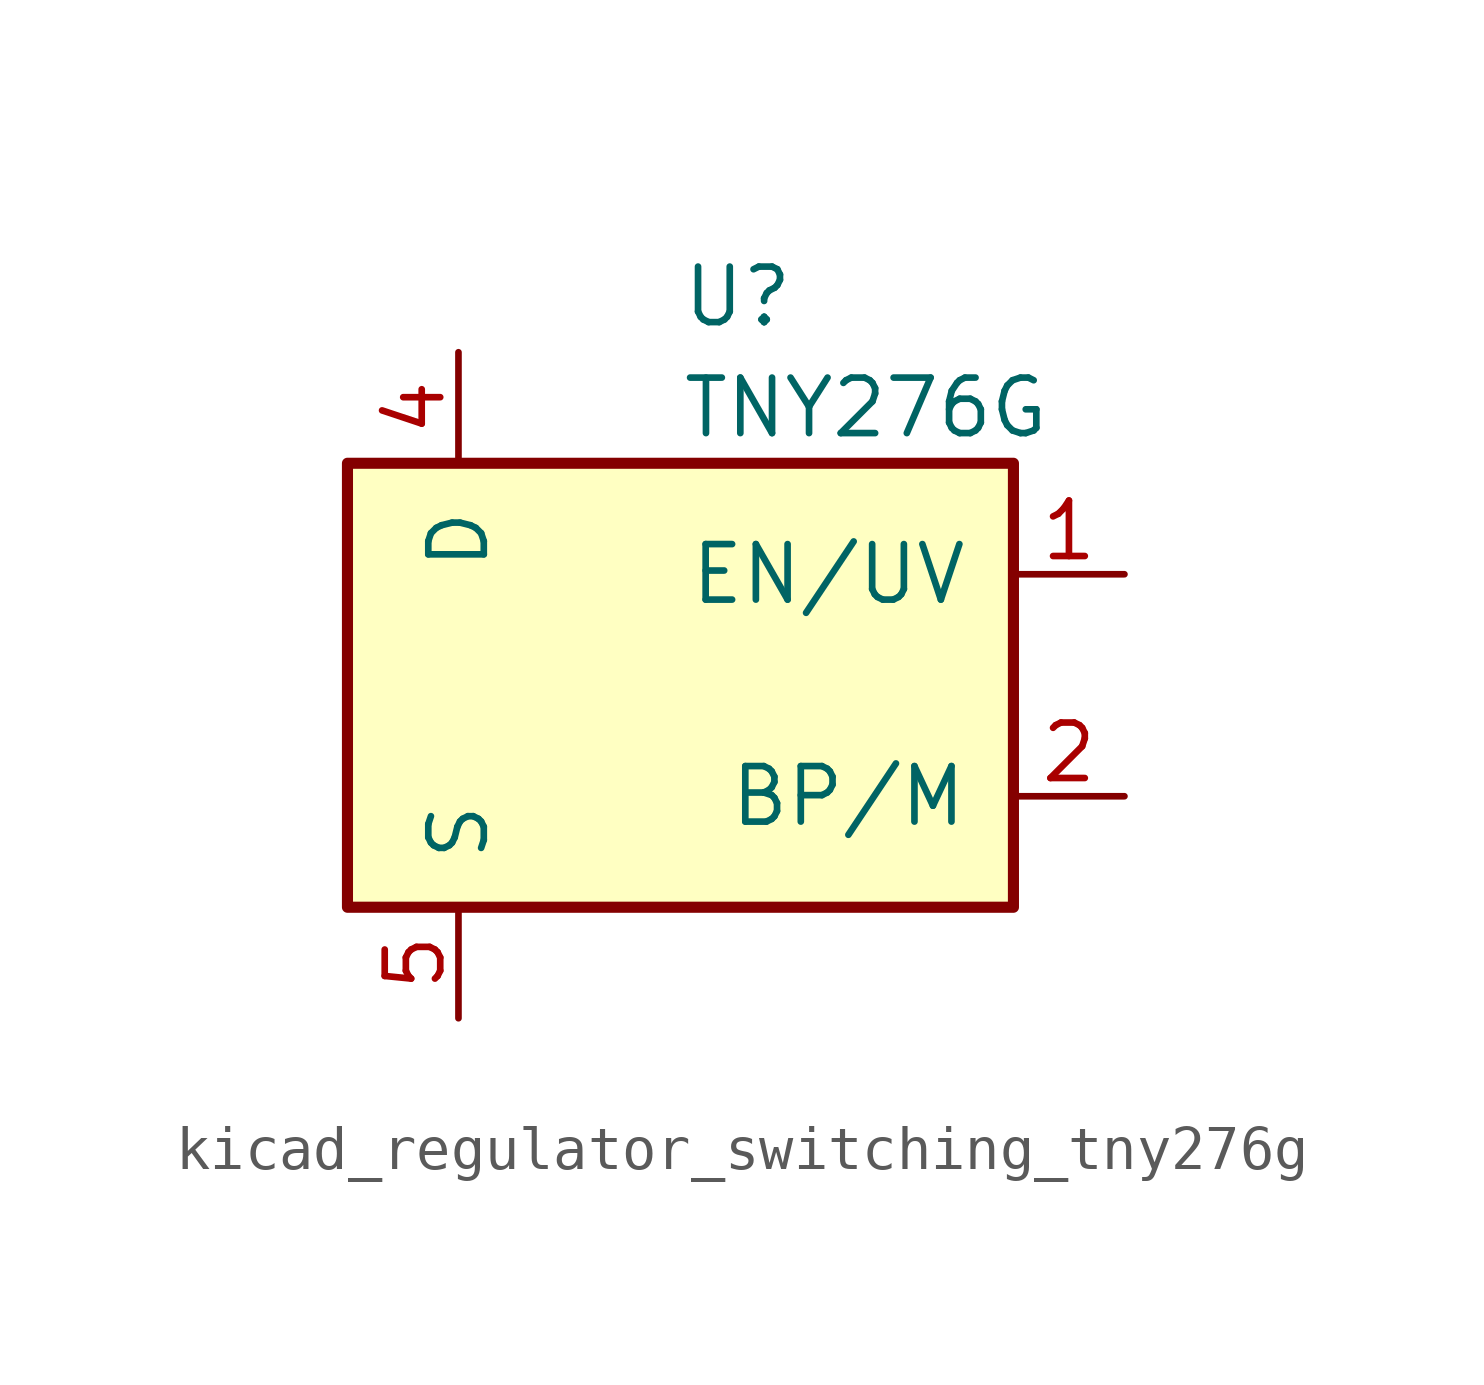
<source format=kicad_sym>
(kicad_symbol_lib
  (version 20220914)
  (generator kicad_symbol_editor)
  (symbol "kicad_regulator_switching_tny276g"
    (pin_names
      (offset 1.016))
    (property "Reference" "U"
      (at 0 8.89 0)
      (effects (font (size 1.27 1.27)) (justify left)))
    (property "Value" "TNY276G"
      (at 0 6.35 0)
      (effects (font (size 1.27 1.27)) (justify left)))
    (symbol "kicad_regulator_switching_tny276g_0_1"
      (rectangle (start -7.62 5.08) (end 7.62 -5.08) (stroke (width 0.254) (type default)) (fill (type background))))
    (symbol "kicad_regulator_switching_tny276g_1_1"
      (pin input line (at 10.16 2.54 180) (length 2.54) (name "EN/UV" (effects (font (size 1.27 1.27)))) (number "1" (effects (font (size 1.27 1.27)))))
      (pin input line (at 10.16 -2.54 180) (length 2.54) (name "BP/M" (effects (font (size 1.27 1.27)))) (number "2" (effects (font (size 1.27 1.27)))))
      (pin open_collector line (at -5.08 7.62 270) (length 2.54) (name "D" (effects (font (size 1.27 1.27)))) (number "4" (effects (font (size 1.27 1.27)))))
      (pin power_in line (at -5.08 -7.62 90) (length 2.54) (name "S" (effects (font (size 1.27 1.27)))) (number "5" (effects (font (size 1.27 1.27)))))
      (pin passive line (at -5.08 -7.62 90) (length 2.54) hide (name "S" (effects (font (size 1.27 1.27)))) (number "6" (effects (font (size 1.27 1.27)))))
      (pin passive line (at -5.08 -7.62 90) (length 2.54) hide (name "S" (effects (font (size 1.27 1.27)))) (number "7" (effects (font (size 1.27 1.27)))))
      (pin passive line (at -5.08 -7.62 90) (length 2.54) hide (name "S" (effects (font (size 1.27 1.27)))) (number "8" (effects (font (size 1.27 1.27))))))))
</source>
